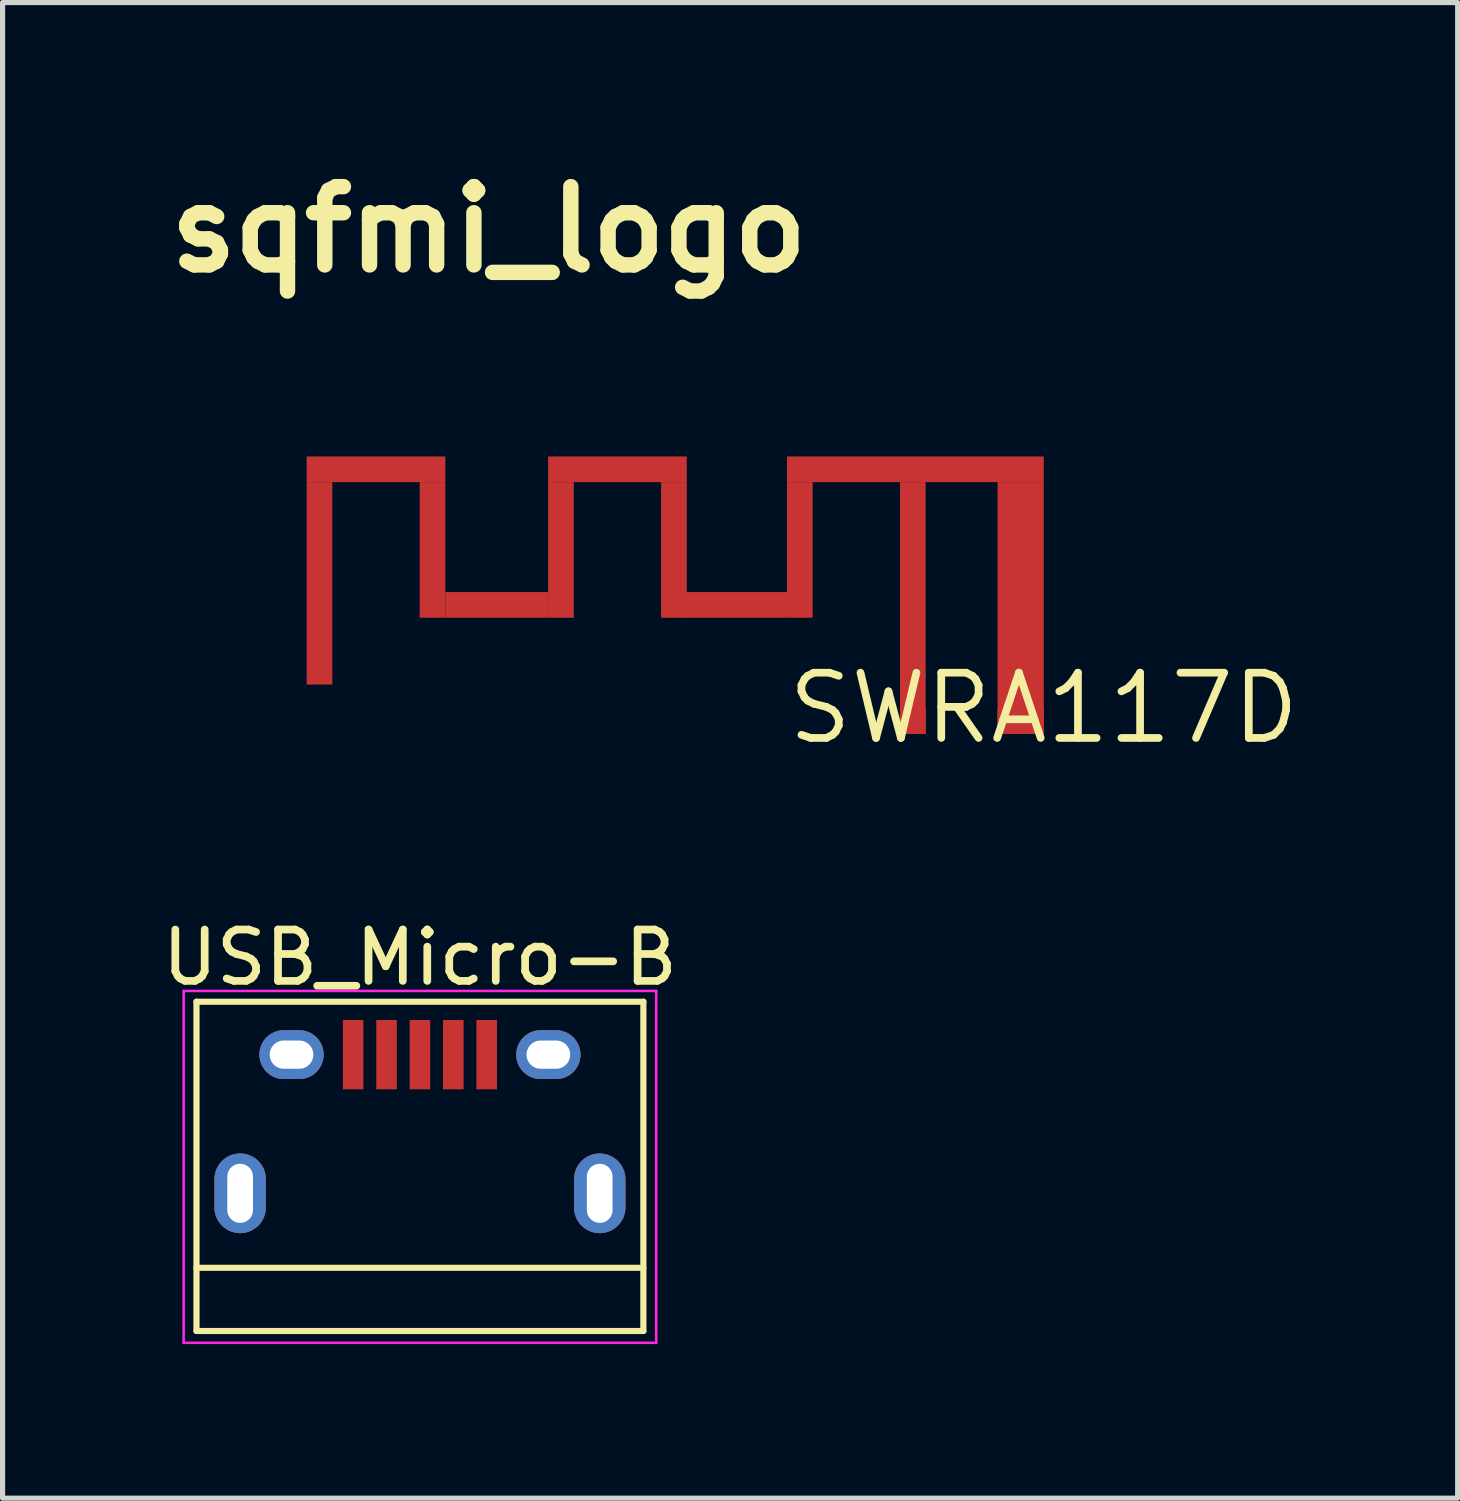
<source format=kicad_pcb>
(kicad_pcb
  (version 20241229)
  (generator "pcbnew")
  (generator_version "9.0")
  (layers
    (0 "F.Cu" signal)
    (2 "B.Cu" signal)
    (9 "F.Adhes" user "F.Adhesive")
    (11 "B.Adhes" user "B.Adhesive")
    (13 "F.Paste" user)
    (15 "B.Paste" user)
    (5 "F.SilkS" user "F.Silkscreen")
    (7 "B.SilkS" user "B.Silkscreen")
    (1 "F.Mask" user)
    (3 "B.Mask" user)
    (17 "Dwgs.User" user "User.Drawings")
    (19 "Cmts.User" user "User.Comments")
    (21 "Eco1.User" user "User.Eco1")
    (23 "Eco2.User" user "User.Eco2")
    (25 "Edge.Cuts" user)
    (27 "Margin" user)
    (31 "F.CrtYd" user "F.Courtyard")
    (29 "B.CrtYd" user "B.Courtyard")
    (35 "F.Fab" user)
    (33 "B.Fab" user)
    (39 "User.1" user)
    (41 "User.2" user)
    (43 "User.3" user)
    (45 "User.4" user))
  (footprint "SWRA117D"
    (layer "F.Cu")
    (at 0.25 10.736)
    (property "Reference" "SWRA117D" (at 17.02 0 0) (layer "F.SilkS") (effects (font (size 1.27 1.27) (thickness 0.15))))
    (attr through_hole)
    (fp_poly (pts (xy 3.17 -4.4) (xy 3.17 -0.46) (xy 2.67 -0.46) (xy 2.67 -4.4) (xy 3.17 -4.4)) (stroke (width 0) (type solid)) (fill yes) (layer "F.Cu"))
    (fp_poly (pts (xy 5.37 -4.9) (xy 5.37 -4.4) (xy 2.67 -4.4) (xy 2.67 -4.9) (xy 5.37 -4.9)) (stroke (width 0) (type solid)) (fill yes) (layer "F.Cu"))
    (fp_poly (pts (xy 5.37 -4.4) (xy 5.37 -1.76) (xy 4.87 -1.76) (xy 4.87 -4.4) (xy 5.37 -4.4)) (stroke (width 0) (type solid)) (fill yes) (layer "F.Cu"))
    (fp_poly (pts (xy 7.37 -2.26) (xy 7.37 -1.76) (xy 5.37 -1.76) (xy 5.37 -2.26) (xy 7.37 -2.26)) (stroke (width 0) (type solid)) (fill yes) (layer "F.Cu"))
    (fp_poly (pts (xy 7.87 -4.4) (xy 7.87 -1.76) (xy 7.37 -1.76) (xy 7.37 -4.4) (xy 7.87 -4.4)) (stroke (width 0) (type solid)) (fill yes) (layer "F.Cu"))
    (fp_poly (pts (xy 10.07 -4.9) (xy 10.07 -4.4) (xy 7.37 -4.4) (xy 7.37 -4.9) (xy 10.07 -4.9)) (stroke (width 0) (type solid)) (fill yes) (layer "F.Cu"))
    (fp_poly (pts (xy 10.07 -4.4) (xy 10.07 -1.76) (xy 9.57 -1.76) (xy 9.57 -4.4) (xy 10.07 -4.4)) (stroke (width 0) (type solid)) (fill yes) (layer "F.Cu"))
    (fp_poly (pts (xy 12.02 -2.26) (xy 12.02 -1.76) (xy 10.02 -1.76) (xy 10.02 -2.26) (xy 12.02 -2.26)) (stroke (width 0) (type solid)) (fill yes) (layer "F.Cu"))
    (fp_poly (pts (xy 12.52 -4.4) (xy 12.52 -1.76) (xy 12.02 -1.76) (xy 12.02 -4.4) (xy 12.52 -4.4)) (stroke (width 0) (type solid)) (fill yes) (layer "F.Cu"))
    (fp_poly (pts (xy 14.72 -4.4) (xy 14.72 0.5) (xy 14.22 0.5) (xy 14.22 -4.4) (xy 14.72 -4.4)) (stroke (width 0) (type solid)) (fill yes) (layer "F.Cu"))
    (fp_poly (pts (xy 17.02 -4.9) (xy 17.02 -4.4) (xy 12.02 -4.4) (xy 12.02 -4.9) (xy 17.02 -4.9)) (stroke (width 0) (type solid)) (fill yes) (layer "F.Cu"))
    (fp_poly (pts (xy 17.02 -4.4) (xy 17.02 0.5) (xy 16.12 0.5) (xy 16.12 -4.4) (xy 17.02 -4.4)) (stroke (width 0) (type solid)) (fill yes) (layer "F.Cu"))
    (pad "1" smd rect (at 14.47 0.25) (size 0.5 0.5) (layers "F.Cu" "F.Mask" "F.Paste"))
    (pad "2" smd rect (at 16.57 0.25) (size 0.9 0.5) (layers "F.Cu" "F.Mask" "F.Paste")))
  (footprint "USB_Micro-B"
    (layer "F.Cu")
    (at 5.125 19.211)
    (property "Reference" "USB_Micro-B" (at 0 -3.62 0) (layer "F.SilkS") (effects (font (size 1 1) (thickness 0.15))))
    (attr smd)
    (fp_line (start -4.35 -2.76) (end 4.35 -2.76) (stroke (width 0.12) (type solid)) (layer "F.SilkS"))
    (fp_line (start -4.35 3.65) (end -4.35 -2.76) (stroke (width 0.12) (type solid)) (layer "F.SilkS"))
    (fp_line (start -4.35 3.65) (end 4.35 3.65) (stroke (width 0.12) (type solid)) (layer "F.SilkS"))
    (fp_line (start 4.35 -2.76) (end 4.35 3.65) (stroke (width 0.12) (type solid)) (layer "F.SilkS"))
    (fp_line (start 4.35 2.42) (end -4.35 2.42) (stroke (width 0.12) (type solid)) (layer "F.SilkS"))
    (fp_line (start -4.6 -2.97) (end 4.6 -2.97) (stroke (width 0.05) (type solid)) (layer "F.CrtYd"))
    (fp_line (start -4.6 3.88) (end -4.6 -2.97) (stroke (width 0.05) (type solid)) (layer "F.CrtYd"))
    (fp_line (start 4.6 -2.97) (end 4.6 3.88) (stroke (width 0.05) (type solid)) (layer "F.CrtYd"))
    (fp_line (start 4.6 3.88) (end -4.6 3.88) (stroke (width 0.05) (type solid)) (layer "F.CrtYd"))
    (pad "" thru_hole oval (at -3.5 0.97 90) (size 1.55 1) (drill oval 1.15 0.5) (layers "*.Cu" "*.Mask"))
    (pad "" smd oval (at -3.5 0.97 90) (size 1.55 1) (layers "F.Cu" "F.Mask" "F.Paste"))
    (pad "" thru_hole oval (at -2.5 -1.73 90) (size 0.95 1.25) (drill oval 0.55 0.85) (layers "*.Cu" "*.Mask"))
    (pad "" smd oval (at -2.5 -1.73 90) (size 0.95 1.25) (layers "F.Cu" "F.Mask" "F.Paste"))
    (pad "" thru_hole oval (at 2.5 -1.73 90) (size 0.95 1.25) (drill oval 0.55 0.85) (layers "*.Cu" "*.Mask"))
    (pad "" smd oval (at 2.5 -1.73 90) (size 0.95 1.25) (layers "F.Cu" "F.Mask" "F.Paste"))
    (pad "" thru_hole oval (at 3.5 0.97 90) (size 1.55 1) (drill oval 1.15 0.5) (layers "*.Cu" "*.Mask"))
    (pad "" smd oval (at 3.5 0.97 90) (size 1.55 1) (layers "F.Cu" "F.Mask" "F.Paste"))
    (pad "1" smd rect (at -1.3 -1.73 90) (size 1.35 0.4) (layers "F.Cu" "F.Mask" "F.Paste"))
    (pad "2" smd rect (at -0.65 -1.73 90) (size 1.35 0.4) (layers "F.Cu" "F.Mask" "F.Paste"))
    (pad "3" smd rect (at 0 -1.73 90) (size 1.35 0.4) (layers "F.Cu" "F.Mask" "F.Paste"))
    (pad "4" smd rect (at 0.65 -1.73 90) (size 1.35 0.4) (layers "F.Cu" "F.Mask" "F.Paste"))
    (pad "5" smd rect (at 1.3 -1.73 90) (size 1.35 0.4) (layers "F.Cu" "F.Mask" "F.Paste")))
  (footprint "sqfmi_logo"
    (layer "F.Cu")
    (at 6.466 1.418)
    (property "Reference" "sqfmi_logo" (at 0 0 0) (layer "F.SilkS") (effects (font (size 1.524 1.524) (thickness 0.3))))
    (attr through_hole)
    (fp_poly (pts (xy 2.078 0.416) (xy 1.939 0.416) (xy 1.951 -0.381) (xy 2.015 -0.388) (xy 2.078 -0.396) (xy 2.078 0.416)) (stroke (width 0.01) (type solid)) (fill yes) (layer "F.Mask"))
    (fp_poly (pts (xy 0.531 -0.256) (xy 0.306 -0.249) (xy 0.081 -0.242) (xy 0.081 -0.058) (xy 0.307 -0.051) (xy 0.534 -0.044) (xy 0.527 0.018) (xy 0.522 0.047) (xy 0.509 0.066) (xy 0.48 0.078) (xy 0.425 0.085) (xy 0.336 0.09) (xy 0.3 0.092) (xy 0.081 0.104) (xy 0.074 0.26) (xy 0.07 0.342) (xy 0.062 0.389) (xy 0.047 0.41) (xy 0.019 0.415) (xy -0.001 0.416) (xy -0.069 0.416) (xy -0.069 0.08) (xy -0.069 -0.05) (xy -0.068 -0.142) (xy -0.064 -0.203) (xy -0.056 -0.24) (xy -0.044 -0.26) (xy -0.027 -0.271) (xy -0.015 -0.276) (xy 0.032 -0.31) (xy 0.052 -0.345) (xy 0.061 -0.366) (xy 0.081 -0.38) (xy 0.119 -0.388) (xy 0.185 -0.392) (xy 0.287 -0.393) (xy 0.298 -0.393) (xy 0.531 -0.393) (xy 0.531 -0.256)) (stroke (width 0.01) (type solid)) (fill yes) (layer "F.Mask"))
    (fp_poly (pts (xy 1.01 -0.388) (xy 1.063 -0.369) (xy 1.081 -0.33) (xy 1.108 -0.285) (xy 1.139 -0.273) (xy 1.184 -0.246) (xy 1.197 -0.214) (xy 1.214 -0.173) (xy 1.235 -0.162) (xy 1.263 -0.181) (xy 1.274 -0.214) (xy 1.3 -0.26) (xy 1.332 -0.273) (xy 1.378 -0.299) (xy 1.39 -0.33) (xy 1.407 -0.368) (xy 1.451 -0.381) (xy 1.466 -0.381) (xy 1.536 -0.381) (xy 1.536 0.404) (xy 1.397 0.404) (xy 1.39 0.133) (xy 1.386 0.012) (xy 1.381 -0.068) (xy 1.372 -0.116) (xy 1.36 -0.136) (xy 1.352 -0.139) (xy 1.324 -0.119) (xy 1.312 -0.087) (xy 1.29 -0.043) (xy 1.242 -0.027) (xy 1.193 -0.031) (xy 1.169 -0.064) (xy 1.164 -0.079) (xy 1.143 -0.123) (xy 1.117 -0.139) (xy 1.103 -0.13) (xy 1.094 -0.099) (xy 1.088 -0.039) (xy 1.086 0.056) (xy 1.085 0.139) (xy 1.085 0.416) (xy 0.947 0.416) (xy 0.947 -0.396) (xy 1.01 -0.388)) (stroke (width 0.01) (type solid)) (fill yes) (layer "F.Mask"))
    (fp_poly (pts (xy -0.685 -0.392) (xy -0.633 -0.387) (xy -0.605 -0.374) (xy -0.591 -0.351) (xy -0.587 -0.335) (xy -0.56 -0.289) (xy -0.531 -0.277) (xy -0.499 -0.269) (xy -0.479 -0.24) (xy -0.467 -0.183) (xy -0.462 -0.091) (xy -0.462 -0.035) (xy -0.464 0.076) (xy -0.472 0.148) (xy -0.489 0.189) (xy -0.515 0.206) (xy -0.534 0.208) (xy -0.57 0.221) (xy -0.574 0.251) (xy -0.548 0.284) (xy -0.518 0.301) (xy -0.472 0.332) (xy -0.466 0.368) (xy -0.499 0.399) (xy -0.549 0.411) (xy -0.601 0.411) (xy -0.621 0.393) (xy -0.623 0.371) (xy -0.637 0.332) (xy -0.666 0.326) (xy -0.694 0.354) (xy -0.699 0.369) (xy -0.714 0.397) (xy -0.748 0.411) (xy -0.813 0.416) (xy -0.831 0.416) (xy -0.904 0.413) (xy -0.943 0.401) (xy -0.961 0.377) (xy -0.963 0.369) (xy -0.99 0.332) (xy -1.016 0.323) (xy -1.045 0.317) (xy -1.064 0.294) (xy -1.077 0.248) (xy -1.083 0.171) (xy -1.085 0.056) (xy -1.085 0.023) (xy -1.084 -0.101) (xy -1.079 -0.187) (xy -1.068 -0.24) (xy -1.059 -0.254) (xy -0.924 -0.254) (xy -0.924 0.008) (xy -0.922 0.113) (xy -0.919 0.202) (xy -0.913 0.263) (xy -0.907 0.286) (xy -0.868 0.3) (xy -0.813 0.294) (xy -0.764 0.274) (xy -0.743 0.248) (xy -0.752 0.215) (xy -0.782 0.208) (xy -0.823 0.188) (xy -0.848 0.144) (xy -0.845 0.097) (xy -0.843 0.093) (xy -0.811 0.075) (xy -0.772 0.069) (xy -0.719 0.087) (xy -0.692 0.128) (xy -0.669 0.172) (xy -0.649 0.172) (xy -0.635 0.13) (xy -0.626 0.048) (xy -0.623 -0.048) (xy -0.623 -0.254) (xy -0.924 -0.254) (xy -1.059 -0.254) (xy -1.05 -0.267) (xy -1.024 -0.277) (xy -1.016 -0.277) (xy -0.978 -0.298) (xy -0.96 -0.335) (xy -0.95 -0.364) (xy -0.931 -0.382) (xy -0.892 -0.39) (xy -0.823 -0.392) (xy -0.774 -0.393) (xy -0.685 -0.392)) (stroke (width 0.01) (type solid)) (fill yes) (layer "F.Mask"))
    (fp_poly (pts (xy -1.631 -0.388) (xy -1.604 -0.378) (xy -1.592 -0.359) (xy -1.589 -0.342) (xy -1.563 -0.294) (xy -1.53 -0.281) (xy -1.491 -0.264) (xy -1.478 -0.22) (xy -1.478 -0.206) (xy -1.484 -0.157) (xy -1.512 -0.14) (xy -1.536 -0.139) (xy -1.59 -0.156) (xy -1.616 -0.196) (xy -1.633 -0.229) (xy -1.66 -0.246) (xy -1.71 -0.253) (xy -1.776 -0.254) (xy -1.855 -0.252) (xy -1.899 -0.243) (xy -1.921 -0.224) (xy -1.929 -0.206) (xy -1.935 -0.145) (xy -1.93 -0.102) (xy -1.919 -0.073) (xy -1.898 -0.056) (xy -1.856 -0.048) (xy -1.781 -0.046) (xy -1.756 -0.046) (xy -1.672 -0.045) (xy -1.623 -0.039) (xy -1.599 -0.026) (xy -1.59 -0.001) (xy -1.589 0.006) (xy -1.563 0.052) (xy -1.53 0.065) (xy -1.5 0.074) (xy -1.484 0.099) (xy -1.478 0.15) (xy -1.478 0.198) (xy -1.48 0.27) (xy -1.488 0.308) (xy -1.508 0.322) (xy -1.526 0.323) (xy -1.572 0.343) (xy -1.587 0.369) (xy -1.597 0.393) (xy -1.621 0.407) (xy -1.669 0.413) (xy -1.749 0.416) (xy -1.781 0.416) (xy -1.872 0.415) (xy -1.927 0.41) (xy -1.954 0.399) (xy -1.962 0.381) (xy -1.963 0.371) (xy -1.982 0.331) (xy -2.015 0.319) (xy -2.058 0.296) (xy -2.071 0.256) (xy -2.056 0.215) (xy -2.013 0.19) (xy -2.006 0.189) (xy -1.958 0.193) (xy -1.934 0.229) (xy -1.93 0.242) (xy -1.919 0.275) (xy -1.899 0.292) (xy -1.858 0.298) (xy -1.785 0.296) (xy -1.772 0.295) (xy -1.628 0.289) (xy -1.614 0.094) (xy -1.782 0.088) (xy -1.87 0.083) (xy -1.921 0.075) (xy -1.947 0.061) (xy -1.957 0.037) (xy -1.958 0.03) (xy -1.985 -0.015) (xy -2.016 -0.027) (xy -2.046 -0.038) (xy -2.062 -0.065) (xy -2.066 -0.121) (xy -2.067 -0.15) (xy -2.064 -0.22) (xy -2.053 -0.256) (xy -2.029 -0.27) (xy -2.016 -0.273) (xy -1.97 -0.299) (xy -1.958 -0.33) (xy -1.951 -0.356) (xy -1.93 -0.372) (xy -1.887 -0.381) (xy -1.812 -0.386) (xy -1.774 -0.388) (xy -1.684 -0.39) (xy -1.631 -0.388)) (stroke (width 0.01) (type solid)) (fill yes) (layer "F.Mask")))
  (gr_rect
    (start -3 -3)
    (end 25.327 26.116)
    (stroke (width 0.1) (type default))
    (fill no)
    (layer "Edge.Cuts")))
</source>
